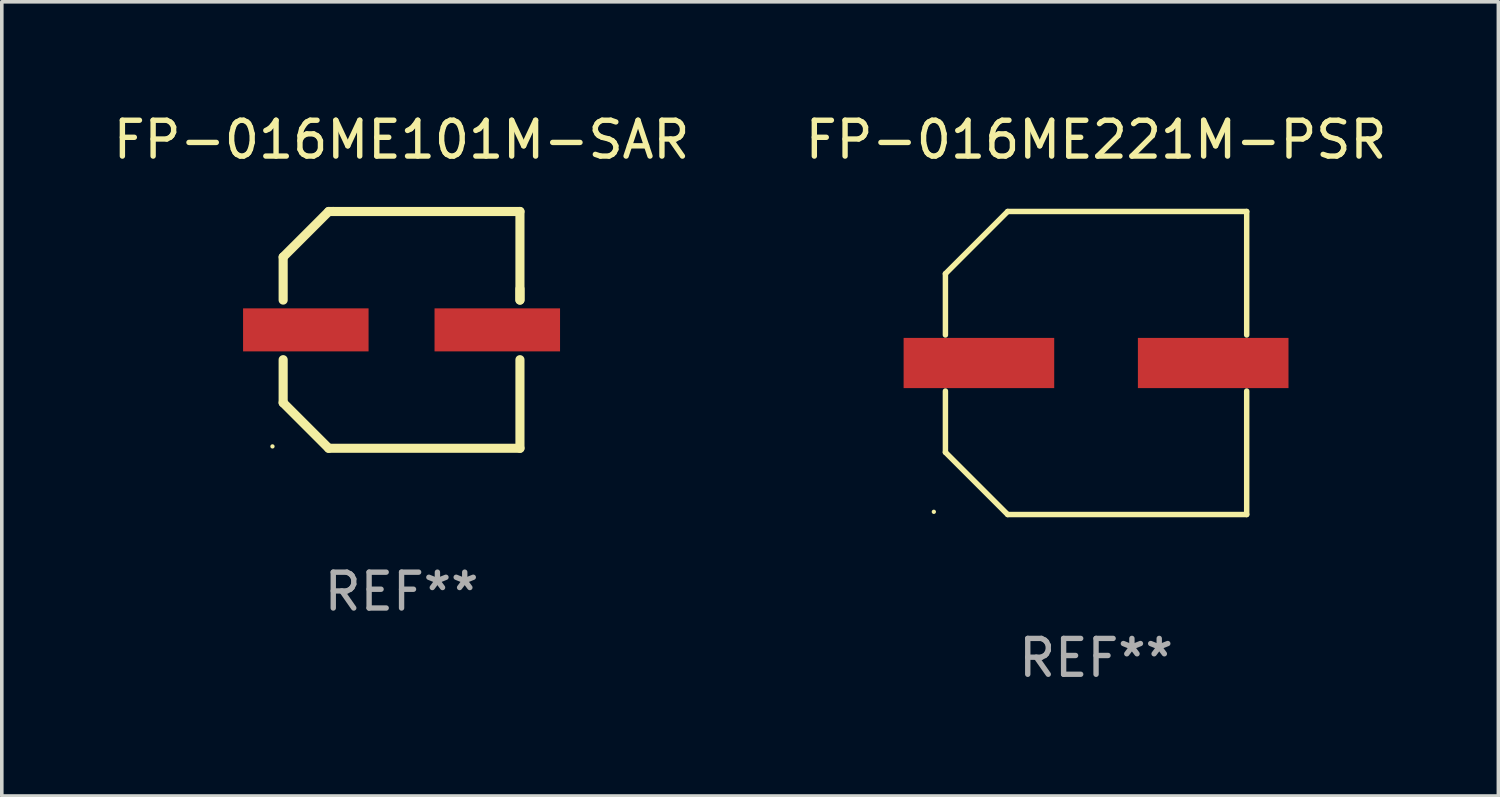
<source format=kicad_pcb>
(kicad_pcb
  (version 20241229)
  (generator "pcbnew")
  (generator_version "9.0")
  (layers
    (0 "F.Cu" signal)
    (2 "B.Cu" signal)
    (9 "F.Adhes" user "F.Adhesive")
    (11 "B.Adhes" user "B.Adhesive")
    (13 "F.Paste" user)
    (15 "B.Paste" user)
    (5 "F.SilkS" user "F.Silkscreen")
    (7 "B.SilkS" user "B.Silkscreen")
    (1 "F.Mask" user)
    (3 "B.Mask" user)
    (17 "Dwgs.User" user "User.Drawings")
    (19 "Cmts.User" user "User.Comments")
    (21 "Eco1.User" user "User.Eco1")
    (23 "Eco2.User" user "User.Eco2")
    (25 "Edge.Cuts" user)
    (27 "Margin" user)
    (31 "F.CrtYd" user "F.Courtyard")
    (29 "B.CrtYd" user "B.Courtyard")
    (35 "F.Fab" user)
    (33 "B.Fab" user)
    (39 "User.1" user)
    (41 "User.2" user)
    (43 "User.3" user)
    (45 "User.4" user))
  (footprint "FP-016ME221M-PSR"
    (layer "F.Cu")
    (at 27.518 7.074)
    (property "Reference" "FP-016ME221M-PSR" (at 0 -6.226 0) (layer "F.SilkS") (effects (font (size 1 1) (thickness 0.15))))
    (attr through_hole)
    (fp_line (start -4.201 -2.49) (end -4.201 -0.782) (stroke (width 0.152) (type solid)) (layer "F.SilkS"))
    (fp_line (start -4.201 2.49) (end -4.201 0.782) (stroke (width 0.152) (type solid)) (layer "F.SilkS"))
    (fp_line (start -2.465 -4.226) (end -4.201 -2.49) (stroke (width 0.152) (type solid)) (layer "F.SilkS"))
    (fp_line (start -2.465 4.226) (end -4.201 2.49) (stroke (width 0.152) (type solid)) (layer "F.SilkS"))
    (fp_line (start 4.201 -4.226) (end -2.465 -4.226) (stroke (width 0.152) (type solid)) (layer "F.SilkS"))
    (fp_line (start 4.201 -0.782) (end 4.201 -4.226) (stroke (width 0.152) (type solid)) (layer "F.SilkS"))
    (fp_line (start 4.201 0.782) (end 4.201 4.226) (stroke (width 0.152) (type solid)) (layer "F.SilkS"))
    (fp_line (start 4.201 4.226) (end -2.465 4.226) (stroke (width 0.152) (type solid)) (layer "F.SilkS"))
    (fp_circle (center -4.524 4.15) (end -4.494 4.15) (stroke (width 0.06) (type solid)) (fill no) (layer "F.SilkS"))
    (fp_text user "REF**" (at 0 8.226 0) (layer "F.Fab") (effects (font (size 1 1) (thickness 0.15))))
    (pad "1" smd rect (at -3.267 0) (size 4.2 1.4) (layers "F.Cu" "F.Mask" "F.Paste"))
    (pad "2" smd rect (at 3.267 0) (size 4.2 1.4) (layers "F.Cu" "F.Mask" "F.Paste")))
  (footprint "FP-016ME101M-SAR"
    (layer "F.Cu")
    (at 8.149 6.15)
    (property "Reference" "FP-016ME101M-SAR" (at 0 -5.302 0) (layer "F.SilkS") (effects (font (size 1 1) (thickness 0.15))))
    (attr through_hole)
    (fp_line (start -3.302 -2.032) (end -3.302 -0.831) (stroke (width 0.254) (type solid)) (layer "F.SilkS"))
    (fp_line (start -3.302 0.831) (end -3.302 2.032) (stroke (width 0.254) (type solid)) (layer "F.SilkS"))
    (fp_line (start -3.302 2.032) (end -2.032 3.302) (stroke (width 0.254) (type solid)) (layer "F.SilkS"))
    (fp_line (start -2.032 -3.302) (end -3.302 -2.032) (stroke (width 0.254) (type solid)) (layer "F.SilkS"))
    (fp_line (start -2.032 3.302) (end 3.302 3.302) (stroke (width 0.254) (type solid)) (layer "F.SilkS"))
    (fp_line (start -1.905 -3.302) (end -2.032 -3.302) (stroke (width 0.254) (type solid)) (layer "F.SilkS"))
    (fp_line (start 3.302 -3.302) (end -1.905 -3.302) (stroke (width 0.254) (type solid)) (layer "F.SilkS"))
    (fp_line (start 3.302 -0.831) (end 3.302 -3.302) (stroke (width 0.254) (type solid)) (layer "F.SilkS"))
    (fp_line (start 3.302 -0.831) (end 3.302 -1.143) (stroke (width 0.254) (type solid)) (layer "F.SilkS"))
    (fp_line (start 3.302 3.302) (end 3.302 0.831) (stroke (width 0.254) (type solid)) (layer "F.SilkS"))
    (fp_circle (center -3.6 3.25) (end -3.57 3.25) (stroke (width 0.06) (type solid)) (fill no) (layer "F.SilkS"))
    (fp_text user "REF**" (at 0 7.302 0) (layer "F.Fab") (effects (font (size 1 1) (thickness 0.15))))
    (pad "1" smd rect (at -2.67 -0.000051) (size 3.5 1.2) (layers "F.Cu" "F.Mask" "F.Paste"))
    (pad "2" smd rect (at 2.67 -0.000051) (size 3.5 1.2) (layers "F.Cu" "F.Mask" "F.Paste")))
  (gr_rect
    (start -3 -3)
    (end 38.738 19.149)
    (stroke (width 0.1) (type default))
    (fill no)
    (layer "Edge.Cuts")))
</source>
